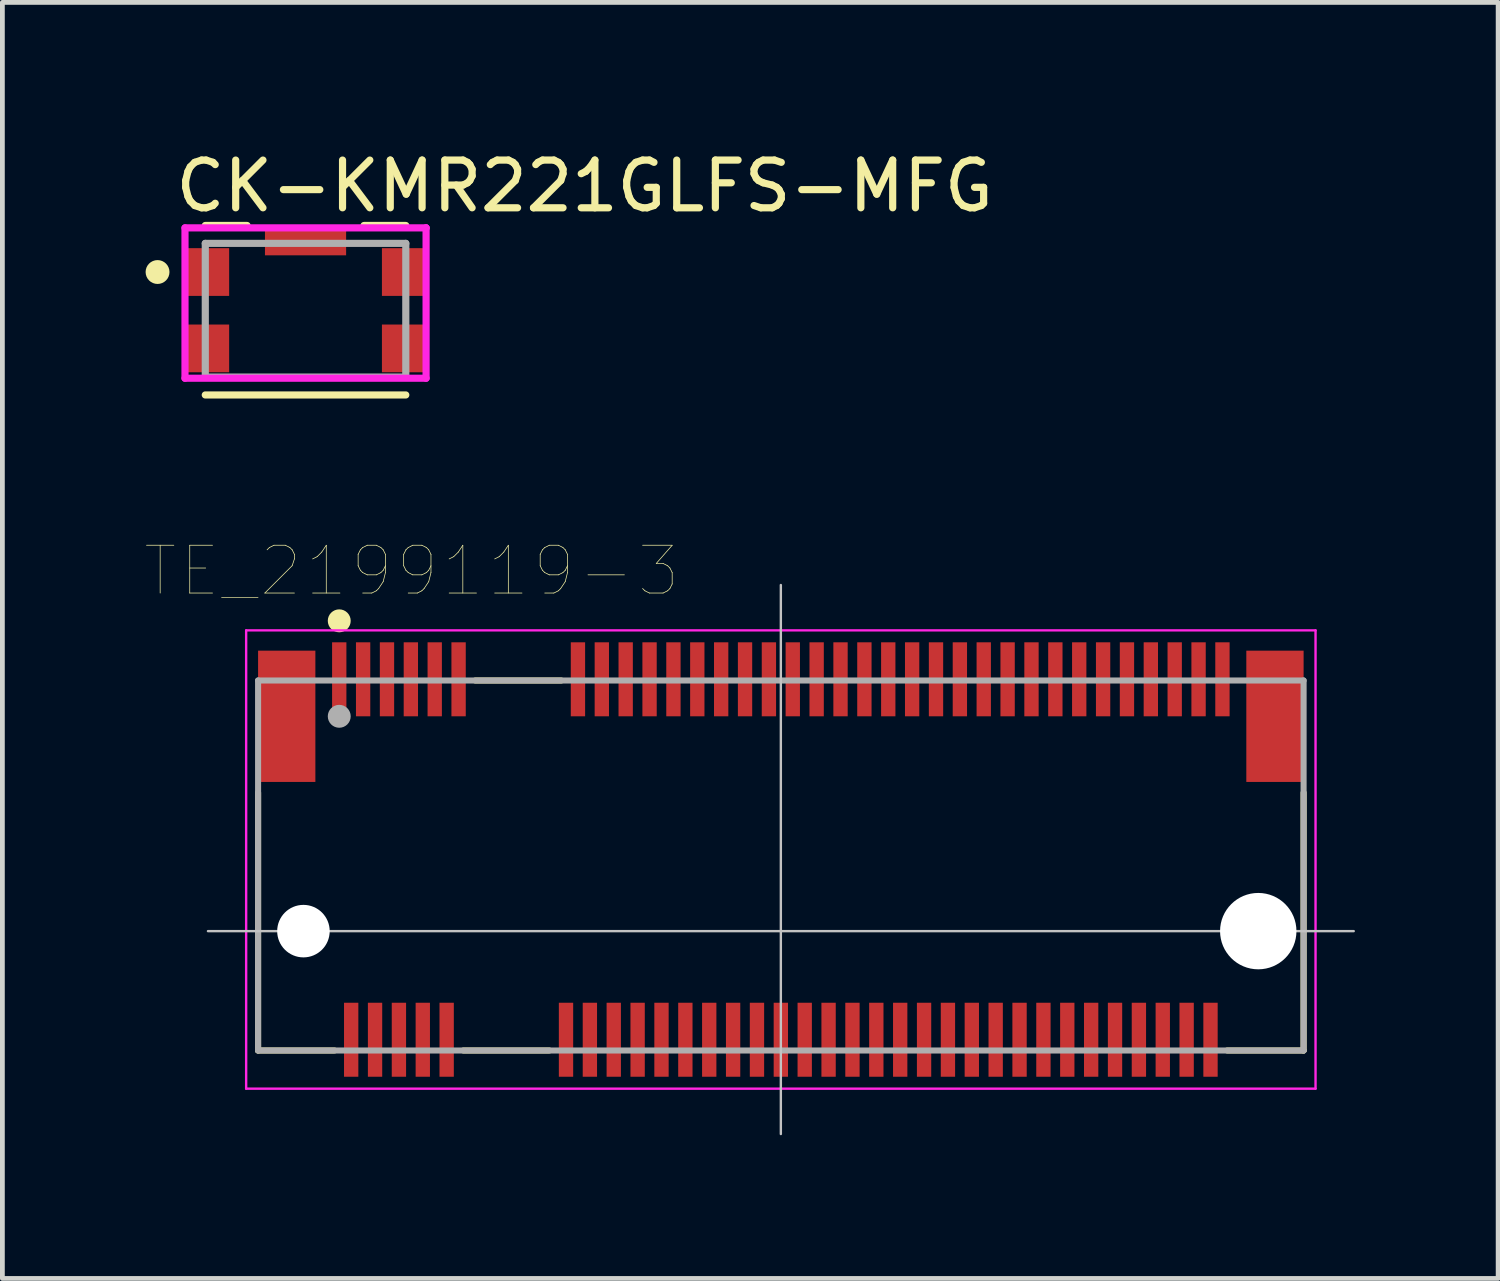
<source format=kicad_pcb>
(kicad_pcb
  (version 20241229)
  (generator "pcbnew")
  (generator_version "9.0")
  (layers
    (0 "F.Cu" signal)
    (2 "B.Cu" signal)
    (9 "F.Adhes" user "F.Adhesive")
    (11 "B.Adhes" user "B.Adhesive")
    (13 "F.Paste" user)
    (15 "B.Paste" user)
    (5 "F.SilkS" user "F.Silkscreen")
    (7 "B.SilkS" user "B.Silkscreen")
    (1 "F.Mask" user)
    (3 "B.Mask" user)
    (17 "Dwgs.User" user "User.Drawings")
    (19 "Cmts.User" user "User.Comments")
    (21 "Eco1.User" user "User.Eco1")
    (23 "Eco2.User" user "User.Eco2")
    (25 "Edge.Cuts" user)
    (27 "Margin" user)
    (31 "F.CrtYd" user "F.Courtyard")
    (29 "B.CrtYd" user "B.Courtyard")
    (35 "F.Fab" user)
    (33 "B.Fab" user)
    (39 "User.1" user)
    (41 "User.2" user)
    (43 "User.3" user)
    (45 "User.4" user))
  (footprint "CK-KMR221GLFS-MFG"
    (layer "F.Cu")
    (at 3.35 3.448)
    (property "Reference" "CK-KMR221GLFS-MFG" (at -2.8 -2.6 0) (layer "F.SilkS") (effects (font (size 1 1) (thickness 0.15)) (justify left)))
    (attr through_hole)
    (fp_line (start -2.1 -1.775) (end -1.225 -1.775) (stroke (width 0.15) (type solid)) (layer "F.SilkS"))
    (fp_line (start -2.1 1.775) (end 2.1 1.775) (stroke (width 0.15) (type solid)) (layer "F.SilkS"))
    (fp_line (start 2.1 -1.775) (end 1.225 -1.775) (stroke (width 0.15) (type solid)) (layer "F.SilkS"))
    (fp_circle (center -3.1 -0.8) (end -2.975 -0.8) (stroke (width 0.25) (type solid)) (fill no) (layer "F.SilkS"))
    (fp_line (start -2.525 -1.725) (end -2.525 1.425) (stroke (width 0.15) (type solid)) (layer "F.CrtYd"))
    (fp_line (start -2.525 1.425) (end 2.525 1.425) (stroke (width 0.15) (type solid)) (layer "F.CrtYd"))
    (fp_line (start 2.525 -1.725) (end -2.525 -1.725) (stroke (width 0.15) (type solid)) (layer "F.CrtYd"))
    (fp_line (start 2.525 -1.725) (end 2.525 -1.725) (stroke (width 0.15) (type solid)) (layer "F.CrtYd"))
    (fp_line (start 2.525 1.425) (end 2.525 -1.725) (stroke (width 0.15) (type solid)) (layer "F.CrtYd"))
    (fp_line (start -2.1 -1.4) (end 2.1 -1.4) (stroke (width 0.15) (type solid)) (layer "F.Fab"))
    (fp_line (start -2.1 1.4) (end -2.1 -1.4) (stroke (width 0.15) (type solid)) (layer "F.Fab"))
    (fp_line (start 2.1 -1.4) (end 2.1 1.4) (stroke (width 0.15) (type solid)) (layer "F.Fab"))
    (fp_line (start 2.1 1.4) (end -2.1 1.4) (stroke (width 0.15) (type solid)) (layer "F.Fab"))
    (pad "1" smd rect (at -2.05 -0.8) (size 0.9 1) (layers "F.Cu" "F.Mask" "F.Paste"))
    (pad "2" smd rect (at 2.05 -0.8) (size 0.9 1) (layers "F.Cu" "F.Mask" "F.Paste"))
    (pad "3" smd rect (at -2.05 0.8) (size 0.9 1) (layers "F.Cu" "F.Mask" "F.Paste"))
    (pad "4" smd rect (at 2.05 0.8) (size 0.9 1) (layers "F.Cu" "F.Mask" "F.Paste"))
    (pad "5" smd rect (at 0 -1.425) (size 1.7 0.55) (layers "F.Cu" "F.Mask" "F.Paste")))
  (footprint "TE_2199119-3"
    (layer "F.Cu")
    (at 13.306 16.454)
    (property "Reference" "TE_2199119-3" (at -7.734 -7.544 0) (layer "F.SilkS") (effects (font (size 1.001 1.001) (thickness 0.015))))
    (attr through_hole)
    (fp_line (start -10.95 -2.9) (end -10.95 2.5) (stroke (width 0.127) (type solid)) (layer "F.SilkS"))
    (fp_line (start -10.95 2.5) (end -9.35 2.5) (stroke (width 0.127) (type solid)) (layer "F.SilkS"))
    (fp_line (start -6.65 2.5) (end -4.85 2.5) (stroke (width 0.127) (type solid)) (layer "F.SilkS"))
    (fp_line (start -4.6 -5.25) (end -6.4 -5.25) (stroke (width 0.127) (type solid)) (layer "F.SilkS"))
    (fp_line (start 9.35 2.5) (end 10.95 2.5) (stroke (width 0.127) (type solid)) (layer "F.SilkS"))
    (fp_line (start 10.95 2.5) (end 10.95 -2.9) (stroke (width 0.127) (type solid)) (layer "F.SilkS"))
    (fp_circle (center -9.25 -6.5) (end -9.13 -6.5) (stroke (width 0.24) (type solid)) (fill no) (layer "F.SilkS"))
    (fp_line (start -12 0) (end 12 0) (stroke (width 0.05) (type solid)) (layer "Dwgs.User"))
    (fp_line (start 0 -7.25) (end 0 4.25) (stroke (width 0.05) (type solid)) (layer "Dwgs.User"))
    (fp_line (start -11.2 -6.3) (end 11.2 -6.3) (stroke (width 0.05) (type solid)) (layer "F.CrtYd"))
    (fp_line (start -11.2 3.3) (end -11.2 -6.3) (stroke (width 0.05) (type solid)) (layer "F.CrtYd"))
    (fp_line (start 11.2 -6.3) (end 11.2 3.3) (stroke (width 0.05) (type solid)) (layer "F.CrtYd"))
    (fp_line (start 11.2 3.3) (end -11.2 3.3) (stroke (width 0.05) (type solid)) (layer "F.CrtYd"))
    (fp_line (start -10.95 -5.25) (end 10.95 -5.25) (stroke (width 0.127) (type solid)) (layer "F.Fab"))
    (fp_line (start -10.95 2.5) (end -10.95 -5.25) (stroke (width 0.127) (type solid)) (layer "F.Fab"))
    (fp_line (start 10.95 -5.25) (end 10.95 2.5) (stroke (width 0.127) (type solid)) (layer "F.Fab"))
    (fp_line (start 10.95 2.5) (end -10.95 2.5) (stroke (width 0.127) (type solid)) (layer "F.Fab"))
    (fp_circle (center -9.25 -4.5) (end -9.13 -4.5) (stroke (width 0.24) (type solid)) (fill no) (layer "F.Fab"))
    (pad "" np_thru_hole circle (at -10 0) (size 1.1 1.1) (drill 1.1) (layers "*.Cu" "*.Mask"))
    (pad "" np_thru_hole circle (at 10 0) (size 1.6 1.6) (drill 1.6) (layers "*.Cu" "*.Mask"))
    (pad "1" smd rect (at -9.25 -5.275) (size 0.3 1.55) (layers "F.Cu" "F.Mask" "F.Paste"))
    (pad "2" smd rect (at -9 2.275) (size 0.3 1.55) (layers "F.Cu" "F.Mask" "F.Paste"))
    (pad "3" smd rect (at -8.75 -5.275) (size 0.3 1.55) (layers "F.Cu" "F.Mask" "F.Paste"))
    (pad "4" smd rect (at -8.5 2.275) (size 0.3 1.55) (layers "F.Cu" "F.Mask" "F.Paste"))
    (pad "5" smd rect (at -8.25 -5.275) (size 0.3 1.55) (layers "F.Cu" "F.Mask" "F.Paste"))
    (pad "6" smd rect (at -8 2.275) (size 0.3 1.55) (layers "F.Cu" "F.Mask" "F.Paste"))
    (pad "7" smd rect (at -7.75 -5.275) (size 0.3 1.55) (layers "F.Cu" "F.Mask" "F.Paste"))
    (pad "8" smd rect (at -7.5 2.275) (size 0.3 1.55) (layers "F.Cu" "F.Mask" "F.Paste"))
    (pad "9" smd rect (at -7.25 -5.275) (size 0.3 1.55) (layers "F.Cu" "F.Mask" "F.Paste"))
    (pad "10" smd rect (at -7 2.275) (size 0.3 1.55) (layers "F.Cu" "F.Mask" "F.Paste"))
    (pad "11" smd rect (at -6.75 -5.275) (size 0.3 1.55) (layers "F.Cu" "F.Mask" "F.Paste"))
    (pad "20" smd rect (at -4.5 2.275) (size 0.3 1.55) (layers "F.Cu" "F.Mask" "F.Paste"))
    (pad "21" smd rect (at -4.25 -5.275) (size 0.3 1.55) (layers "F.Cu" "F.Mask" "F.Paste"))
    (pad "22" smd rect (at -4 2.275) (size 0.3 1.55) (layers "F.Cu" "F.Mask" "F.Paste"))
    (pad "23" smd rect (at -3.75 -5.275) (size 0.3 1.55) (layers "F.Cu" "F.Mask" "F.Paste"))
    (pad "24" smd rect (at -3.5 2.275) (size 0.3 1.55) (layers "F.Cu" "F.Mask" "F.Paste"))
    (pad "25" smd rect (at -3.25 -5.275) (size 0.3 1.55) (layers "F.Cu" "F.Mask" "F.Paste"))
    (pad "26" smd rect (at -3 2.275) (size 0.3 1.55) (layers "F.Cu" "F.Mask" "F.Paste"))
    (pad "27" smd rect (at -2.75 -5.275) (size 0.3 1.55) (layers "F.Cu" "F.Mask" "F.Paste"))
    (pad "28" smd rect (at -2.5 2.275) (size 0.3 1.55) (layers "F.Cu" "F.Mask" "F.Paste"))
    (pad "29" smd rect (at -2.25 -5.275) (size 0.3 1.55) (layers "F.Cu" "F.Mask" "F.Paste"))
    (pad "30" smd rect (at -2 2.275) (size 0.3 1.55) (layers "F.Cu" "F.Mask" "F.Paste"))
    (pad "31" smd rect (at -1.75 -5.275) (size 0.3 1.55) (layers "F.Cu" "F.Mask" "F.Paste"))
    (pad "32" smd rect (at -1.5 2.275) (size 0.3 1.55) (layers "F.Cu" "F.Mask" "F.Paste"))
    (pad "33" smd rect (at -1.25 -5.275) (size 0.3 1.55) (layers "F.Cu" "F.Mask" "F.Paste"))
    (pad "34" smd rect (at -1 2.275) (size 0.3 1.55) (layers "F.Cu" "F.Mask" "F.Paste"))
    (pad "35" smd rect (at -0.75 -5.275) (size 0.3 1.55) (layers "F.Cu" "F.Mask" "F.Paste"))
    (pad "36" smd rect (at -0.5 2.275) (size 0.3 1.55) (layers "F.Cu" "F.Mask" "F.Paste"))
    (pad "37" smd rect (at -0.25 -5.275) (size 0.3 1.55) (layers "F.Cu" "F.Mask" "F.Paste"))
    (pad "38" smd rect (at 0 2.275) (size 0.3 1.55) (layers "F.Cu" "F.Mask" "F.Paste"))
    (pad "39" smd rect (at 0.25 -5.275) (size 0.3 1.55) (layers "F.Cu" "F.Mask" "F.Paste"))
    (pad "40" smd rect (at 0.5 2.275) (size 0.3 1.55) (layers "F.Cu" "F.Mask" "F.Paste"))
    (pad "41" smd rect (at 0.75 -5.275) (size 0.3 1.55) (layers "F.Cu" "F.Mask" "F.Paste"))
    (pad "42" smd rect (at 1 2.275) (size 0.3 1.55) (layers "F.Cu" "F.Mask" "F.Paste"))
    (pad "43" smd rect (at 1.25 -5.275) (size 0.3 1.55) (layers "F.Cu" "F.Mask" "F.Paste"))
    (pad "44" smd rect (at 1.5 2.275) (size 0.3 1.55) (layers "F.Cu" "F.Mask" "F.Paste"))
    (pad "45" smd rect (at 1.75 -5.275) (size 0.3 1.55) (layers "F.Cu" "F.Mask" "F.Paste"))
    (pad "46" smd rect (at 2 2.275) (size 0.3 1.55) (layers "F.Cu" "F.Mask" "F.Paste"))
    (pad "47" smd rect (at 2.25 -5.275) (size 0.3 1.55) (layers "F.Cu" "F.Mask" "F.Paste"))
    (pad "48" smd rect (at 2.5 2.275) (size 0.3 1.55) (layers "F.Cu" "F.Mask" "F.Paste"))
    (pad "49" smd rect (at 2.75 -5.275) (size 0.3 1.55) (layers "F.Cu" "F.Mask" "F.Paste"))
    (pad "50" smd rect (at 3 2.275) (size 0.3 1.55) (layers "F.Cu" "F.Mask" "F.Paste"))
    (pad "51" smd rect (at 3.25 -5.275) (size 0.3 1.55) (layers "F.Cu" "F.Mask" "F.Paste"))
    (pad "52" smd rect (at 3.5 2.275) (size 0.3 1.55) (layers "F.Cu" "F.Mask" "F.Paste"))
    (pad "53" smd rect (at 3.75 -5.275) (size 0.3 1.55) (layers "F.Cu" "F.Mask" "F.Paste"))
    (pad "54" smd rect (at 4 2.275) (size 0.3 1.55) (layers "F.Cu" "F.Mask" "F.Paste"))
    (pad "55" smd rect (at 4.25 -5.275) (size 0.3 1.55) (layers "F.Cu" "F.Mask" "F.Paste"))
    (pad "56" smd rect (at 4.5 2.275) (size 0.3 1.55) (layers "F.Cu" "F.Mask" "F.Paste"))
    (pad "57" smd rect (at 4.75 -5.275) (size 0.3 1.55) (layers "F.Cu" "F.Mask" "F.Paste"))
    (pad "58" smd rect (at 5 2.275) (size 0.3 1.55) (layers "F.Cu" "F.Mask" "F.Paste"))
    (pad "59" smd rect (at 5.25 -5.275) (size 0.3 1.55) (layers "F.Cu" "F.Mask" "F.Paste"))
    (pad "60" smd rect (at 5.5 2.275) (size 0.3 1.55) (layers "F.Cu" "F.Mask" "F.Paste"))
    (pad "61" smd rect (at 5.75 -5.275) (size 0.3 1.55) (layers "F.Cu" "F.Mask" "F.Paste"))
    (pad "62" smd rect (at 6 2.275) (size 0.3 1.55) (layers "F.Cu" "F.Mask" "F.Paste"))
    (pad "63" smd rect (at 6.25 -5.275) (size 0.3 1.55) (layers "F.Cu" "F.Mask" "F.Paste"))
    (pad "64" smd rect (at 6.5 2.275) (size 0.3 1.55) (layers "F.Cu" "F.Mask" "F.Paste"))
    (pad "65" smd rect (at 6.75 -5.275) (size 0.3 1.55) (layers "F.Cu" "F.Mask" "F.Paste"))
    (pad "66" smd rect (at 7 2.275) (size 0.3 1.55) (layers "F.Cu" "F.Mask" "F.Paste"))
    (pad "67" smd rect (at 7.25 -5.275) (size 0.3 1.55) (layers "F.Cu" "F.Mask" "F.Paste"))
    (pad "68" smd rect (at 7.5 2.275) (size 0.3 1.55) (layers "F.Cu" "F.Mask" "F.Paste"))
    (pad "69" smd rect (at 7.75 -5.275) (size 0.3 1.55) (layers "F.Cu" "F.Mask" "F.Paste"))
    (pad "70" smd rect (at 8 2.275) (size 0.3 1.55) (layers "F.Cu" "F.Mask" "F.Paste"))
    (pad "71" smd rect (at 8.25 -5.275) (size 0.3 1.55) (layers "F.Cu" "F.Mask" "F.Paste"))
    (pad "72" smd rect (at 8.5 2.275) (size 0.3 1.55) (layers "F.Cu" "F.Mask" "F.Paste"))
    (pad "73" smd rect (at 8.75 -5.275) (size 0.3 1.55) (layers "F.Cu" "F.Mask" "F.Paste"))
    (pad "74" smd rect (at 9 2.275) (size 0.3 1.55) (layers "F.Cu" "F.Mask" "F.Paste"))
    (pad "75" smd rect (at 9.25 -5.275) (size 0.3 1.55) (layers "F.Cu" "F.Mask" "F.Paste"))
    (pad "SH1" smd rect (at -10.35 -4.5) (size 1.2 2.75) (layers "F.Cu" "F.Mask" "F.Paste"))
    (pad "SH2" smd rect (at 10.35 -4.5) (size 1.2 2.75) (layers "F.Cu" "F.Mask" "F.Paste")))
  (gr_rect
    (start -3 -3)
    (end 28.331 23.729)
    (stroke (width 0.1) (type default))
    (fill no)
    (layer "Edge.Cuts")))
</source>
